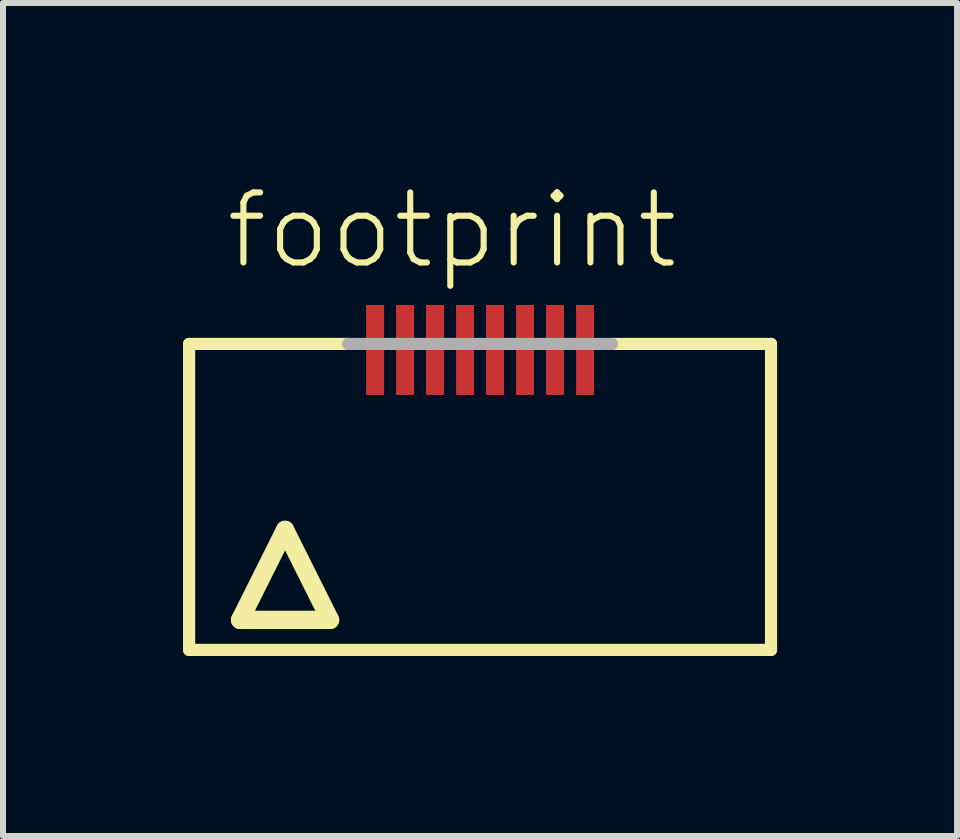
<source format=kicad_pcb>
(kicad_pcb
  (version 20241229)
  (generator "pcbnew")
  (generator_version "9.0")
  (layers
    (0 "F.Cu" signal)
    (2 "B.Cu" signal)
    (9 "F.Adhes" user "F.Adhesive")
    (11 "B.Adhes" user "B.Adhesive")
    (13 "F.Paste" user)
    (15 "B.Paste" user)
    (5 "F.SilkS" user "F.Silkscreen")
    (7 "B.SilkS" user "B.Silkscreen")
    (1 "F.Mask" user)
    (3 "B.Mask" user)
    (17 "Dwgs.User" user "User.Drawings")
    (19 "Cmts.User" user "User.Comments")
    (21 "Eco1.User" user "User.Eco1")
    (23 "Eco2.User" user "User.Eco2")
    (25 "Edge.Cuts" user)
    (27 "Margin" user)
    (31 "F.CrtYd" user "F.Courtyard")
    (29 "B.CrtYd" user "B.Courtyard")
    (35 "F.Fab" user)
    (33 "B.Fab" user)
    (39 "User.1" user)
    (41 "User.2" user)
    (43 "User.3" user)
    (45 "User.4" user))
  (footprint "footprint"
    (layer "F.Cu")
    (at 4.952 5.283)
    (property "Reference" "footprint" (at -4.29 -3.81 0) (layer "F.SilkS") (effects (font (size 1.168 1.168) (thickness 0.102)) (justify left bottom)))
    (fp_line (start -4.85 -2.6) (end -2.2 -2.6) (stroke (width 0.203) (type solid)) (layer "F.SilkS"))
    (fp_line (start -4.85 2.5) (end -4.85 -2.6) (stroke (width 0.203) (type solid)) (layer "F.SilkS"))
    (fp_line (start -4 2) (end -2.5 2) (stroke (width 0.305) (type solid)) (layer "F.SilkS"))
    (fp_line (start -3.25 0.5) (end -4 2) (stroke (width 0.305) (type solid)) (layer "F.SilkS"))
    (fp_line (start -2.5 2) (end -3.25 0.5) (stroke (width 0.305) (type solid)) (layer "F.SilkS"))
    (fp_line (start 2.2 -2.6) (end 4.85 -2.6) (stroke (width 0.203) (type solid)) (layer "F.SilkS"))
    (fp_line (start 4.85 -2.6) (end 4.85 2.5) (stroke (width 0.203) (type solid)) (layer "F.SilkS"))
    (fp_line (start 4.85 2.5) (end -4.85 2.5) (stroke (width 0.203) (type solid)) (layer "F.SilkS"))
    (fp_line (start -2.2 -2.6) (end 2.2 -2.6) (stroke (width 0.203) (type solid)) (layer "F.Fab"))
    (pad "1" smd rect (at -1.75 -2.5) (size 0.3 1.5) (layers "F.Cu" "F.Mask" "F.Paste"))
    (pad "2" smd rect (at -1.25 -2.5) (size 0.3 1.5) (layers "F.Cu" "F.Mask" "F.Paste"))
    (pad "3" smd rect (at -0.75 -2.5) (size 0.3 1.5) (layers "F.Cu" "F.Mask" "F.Paste"))
    (pad "4" smd rect (at -0.25 -2.5) (size 0.3 1.5) (layers "F.Cu" "F.Mask" "F.Paste"))
    (pad "5" smd rect (at 0.25 -2.5) (size 0.3 1.5) (layers "F.Cu" "F.Mask" "F.Paste"))
    (pad "6" smd rect (at 0.75 -2.5) (size 0.3 1.5) (layers "F.Cu" "F.Mask" "F.Paste"))
    (pad "7" smd rect (at 1.25 -2.5) (size 0.3 1.5) (layers "F.Cu" "F.Mask" "F.Paste"))
    (pad "8" smd rect (at 1.75 -2.5) (size 0.3 1.5) (layers "F.Cu" "F.Mask" "F.Paste")))
  (gr_rect
    (start -3 -3)
    (end 12.903 10.885)
    (stroke (width 0.1) (type default))
    (fill no)
    (layer "Edge.Cuts")))
</source>
